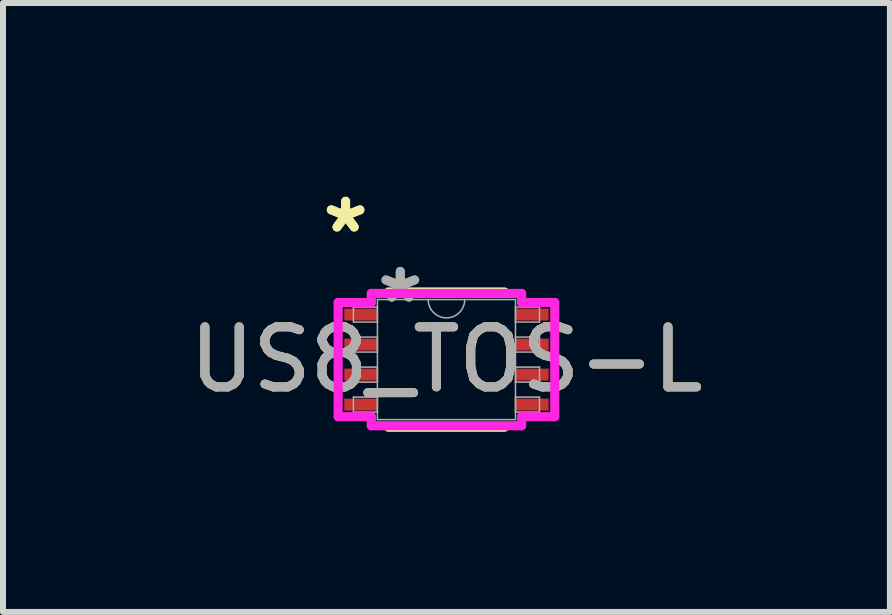
<source format=kicad_pcb>
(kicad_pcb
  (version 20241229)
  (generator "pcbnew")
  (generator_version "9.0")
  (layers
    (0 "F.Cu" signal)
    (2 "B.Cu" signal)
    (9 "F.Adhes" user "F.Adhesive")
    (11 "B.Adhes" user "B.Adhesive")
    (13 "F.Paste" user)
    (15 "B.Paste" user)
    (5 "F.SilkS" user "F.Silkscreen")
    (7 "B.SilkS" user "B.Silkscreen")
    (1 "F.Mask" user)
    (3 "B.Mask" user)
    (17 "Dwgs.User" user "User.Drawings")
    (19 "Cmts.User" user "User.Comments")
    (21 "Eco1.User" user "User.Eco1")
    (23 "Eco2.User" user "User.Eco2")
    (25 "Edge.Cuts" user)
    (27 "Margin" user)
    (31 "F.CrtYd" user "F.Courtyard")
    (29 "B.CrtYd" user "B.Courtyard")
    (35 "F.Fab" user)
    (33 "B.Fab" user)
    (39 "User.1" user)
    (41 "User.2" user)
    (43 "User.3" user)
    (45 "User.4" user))
  (footprint "US8_TOS-L"
    (layer "F.Cu")
    (at 4.387 2.94)
    (property "Reference" "US8_TOS-L" (at 0 0 0) (unlocked yes) (layer "F.SilkS") (effects (font (size 1 1) (thickness 0.15))))
    (attr smd)
    (fp_line (start -0.966 1.127) (end 0.966 1.127) (stroke (width 0.152) (type solid)) (layer "F.SilkS"))
    (fp_line (start 0.966 -1.127) (end -0.966 -1.127) (stroke (width 0.152) (type solid)) (layer "F.SilkS"))
    (fp_line (start -1.804 -0.951) (end -1.252 -0.951) (stroke (width 0.152) (type solid)) (layer "F.CrtYd"))
    (fp_line (start -1.804 0.951) (end -1.804 -0.951) (stroke (width 0.152) (type solid)) (layer "F.CrtYd"))
    (fp_line (start -1.804 0.951) (end -1.252 0.951) (stroke (width 0.152) (type solid)) (layer "F.CrtYd"))
    (fp_line (start -1.252 -1.102) (end 1.252 -1.102) (stroke (width 0.152) (type solid)) (layer "F.CrtYd"))
    (fp_line (start -1.252 -0.951) (end -1.252 -1.102) (stroke (width 0.152) (type solid)) (layer "F.CrtYd"))
    (fp_line (start -1.252 1.102) (end -1.252 0.951) (stroke (width 0.152) (type solid)) (layer "F.CrtYd"))
    (fp_line (start 1.252 -1.102) (end 1.252 -0.951) (stroke (width 0.152) (type solid)) (layer "F.CrtYd"))
    (fp_line (start 1.252 0.951) (end 1.252 1.102) (stroke (width 0.152) (type solid)) (layer "F.CrtYd"))
    (fp_line (start 1.252 1.102) (end -1.252 1.102) (stroke (width 0.152) (type solid)) (layer "F.CrtYd"))
    (fp_line (start 1.804 -0.951) (end 1.252 -0.951) (stroke (width 0.152) (type solid)) (layer "F.CrtYd"))
    (fp_line (start 1.804 -0.951) (end 1.804 0.951) (stroke (width 0.152) (type solid)) (layer "F.CrtYd"))
    (fp_line (start 1.804 0.951) (end 1.252 0.951) (stroke (width 0.152) (type solid)) (layer "F.CrtYd"))
    (fp_line (start -1.55 -0.875) (end -1.55 -0.625) (stroke (width 0.025) (type solid)) (layer "F.Fab"))
    (fp_line (start -1.55 -0.625) (end -1.15 -0.625) (stroke (width 0.025) (type solid)) (layer "F.Fab"))
    (fp_line (start -1.55 -0.375) (end -1.55 -0.125) (stroke (width 0.025) (type solid)) (layer "F.Fab"))
    (fp_line (start -1.55 -0.125) (end -1.15 -0.125) (stroke (width 0.025) (type solid)) (layer "F.Fab"))
    (fp_line (start -1.55 0.125) (end -1.55 0.375) (stroke (width 0.025) (type solid)) (layer "F.Fab"))
    (fp_line (start -1.55 0.375) (end -1.15 0.375) (stroke (width 0.025) (type solid)) (layer "F.Fab"))
    (fp_line (start -1.55 0.625) (end -1.55 0.875) (stroke (width 0.025) (type solid)) (layer "F.Fab"))
    (fp_line (start -1.55 0.875) (end -1.15 0.875) (stroke (width 0.025) (type solid)) (layer "F.Fab"))
    (fp_line (start -1.15 -1) (end -1.15 1) (stroke (width 0.025) (type solid)) (layer "F.Fab"))
    (fp_line (start -1.15 -0.875) (end -1.55 -0.875) (stroke (width 0.025) (type solid)) (layer "F.Fab"))
    (fp_line (start -1.15 -0.625) (end -1.15 -0.875) (stroke (width 0.025) (type solid)) (layer "F.Fab"))
    (fp_line (start -1.15 -0.375) (end -1.55 -0.375) (stroke (width 0.025) (type solid)) (layer "F.Fab"))
    (fp_line (start -1.15 -0.125) (end -1.15 -0.375) (stroke (width 0.025) (type solid)) (layer "F.Fab"))
    (fp_line (start -1.15 0.125) (end -1.55 0.125) (stroke (width 0.025) (type solid)) (layer "F.Fab"))
    (fp_line (start -1.15 0.375) (end -1.15 0.125) (stroke (width 0.025) (type solid)) (layer "F.Fab"))
    (fp_line (start -1.15 0.625) (end -1.55 0.625) (stroke (width 0.025) (type solid)) (layer "F.Fab"))
    (fp_line (start -1.15 0.875) (end -1.15 0.625) (stroke (width 0.025) (type solid)) (layer "F.Fab"))
    (fp_line (start -1.15 1) (end 1.15 1) (stroke (width 0.025) (type solid)) (layer "F.Fab"))
    (fp_line (start 1.15 -1) (end -1.15 -1) (stroke (width 0.025) (type solid)) (layer "F.Fab"))
    (fp_line (start 1.15 -0.875) (end 1.15 -0.625) (stroke (width 0.025) (type solid)) (layer "F.Fab"))
    (fp_line (start 1.15 -0.625) (end 1.55 -0.625) (stroke (width 0.025) (type solid)) (layer "F.Fab"))
    (fp_line (start 1.15 -0.375) (end 1.15 -0.125) (stroke (width 0.025) (type solid)) (layer "F.Fab"))
    (fp_line (start 1.15 -0.125) (end 1.55 -0.125) (stroke (width 0.025) (type solid)) (layer "F.Fab"))
    (fp_line (start 1.15 0.125) (end 1.15 0.375) (stroke (width 0.025) (type solid)) (layer "F.Fab"))
    (fp_line (start 1.15 0.375) (end 1.55 0.375) (stroke (width 0.025) (type solid)) (layer "F.Fab"))
    (fp_line (start 1.15 0.625) (end 1.15 0.875) (stroke (width 0.025) (type solid)) (layer "F.Fab"))
    (fp_line (start 1.15 0.875) (end 1.55 0.875) (stroke (width 0.025) (type solid)) (layer "F.Fab"))
    (fp_line (start 1.15 1) (end 1.15 -1) (stroke (width 0.025) (type solid)) (layer "F.Fab"))
    (fp_line (start 1.55 -0.875) (end 1.15 -0.875) (stroke (width 0.025) (type solid)) (layer "F.Fab"))
    (fp_line (start 1.55 -0.625) (end 1.55 -0.875) (stroke (width 0.025) (type solid)) (layer "F.Fab"))
    (fp_line (start 1.55 -0.375) (end 1.15 -0.375) (stroke (width 0.025) (type solid)) (layer "F.Fab"))
    (fp_line (start 1.55 -0.125) (end 1.55 -0.375) (stroke (width 0.025) (type solid)) (layer "F.Fab"))
    (fp_line (start 1.55 0.125) (end 1.15 0.125) (stroke (width 0.025) (type solid)) (layer "F.Fab"))
    (fp_line (start 1.55 0.375) (end 1.55 0.125) (stroke (width 0.025) (type solid)) (layer "F.Fab"))
    (fp_line (start 1.55 0.625) (end 1.15 0.625) (stroke (width 0.025) (type solid)) (layer "F.Fab"))
    (fp_line (start 1.55 0.875) (end 1.55 0.625) (stroke (width 0.025) (type solid)) (layer "F.Fab"))
    (fp_arc (start 0.3048 -1) (mid 0 -0.6952) (end -0.3048 -1) (stroke (width 0.0254) (type solid)) (layer "F.Fab"))
    (fp_text user "*" (at -1.68 -2.092 0) (layer "F.SilkS") (effects (font (size 1 1) (thickness 0.15))))
    (fp_text user "*" (at -1.68 -2.092 0) (unlocked yes) (layer "F.SilkS") (effects (font (size 1 1) (thickness 0.15))))
    (fp_text user "*" (at -0.769 -0.924 0) (layer "F.Fab") (effects (font (size 1 1) (thickness 0.15))))
    (fp_text user "${REFERENCE}" (at 0 0 0) (unlocked yes) (layer "F.Fab") (effects (font (size 1 1) (thickness 0.15))))
    (fp_text user "*" (at -0.769 -0.924 0) (unlocked yes) (layer "F.Fab") (effects (font (size 1 1) (thickness 0.15))))
    (pad "1" smd rect (at -1.426 -0.75) (size 0.552 0.199) (layers "F.Cu" "F.Mask" "F.Paste"))
    (pad "2" smd rect (at -1.426 -0.25) (size 0.552 0.199) (layers "F.Cu" "F.Mask" "F.Paste"))
    (pad "3" smd rect (at -1.426 0.25) (size 0.552 0.199) (layers "F.Cu" "F.Mask" "F.Paste"))
    (pad "4" smd rect (at -1.426 0.75) (size 0.552 0.199) (layers "F.Cu" "F.Mask" "F.Paste"))
    (pad "5" smd rect (at 1.426 0.75) (size 0.552 0.199) (layers "F.Cu" "F.Mask" "F.Paste"))
    (pad "6" smd rect (at 1.426 0.25) (size 0.552 0.199) (layers "F.Cu" "F.Mask" "F.Paste"))
    (pad "7" smd rect (at 1.426 -0.25) (size 0.552 0.199) (layers "F.Cu" "F.Mask" "F.Paste"))
    (pad "8" smd rect (at 1.426 -0.75) (size 0.552 0.199) (layers "F.Cu" "F.Mask" "F.Paste")))
  (gr_rect
    (start -3 -3)
    (end 11.774 7.144)
    (stroke (width 0.1) (type default))
    (fill no)
    (layer "Edge.Cuts")))
</source>
